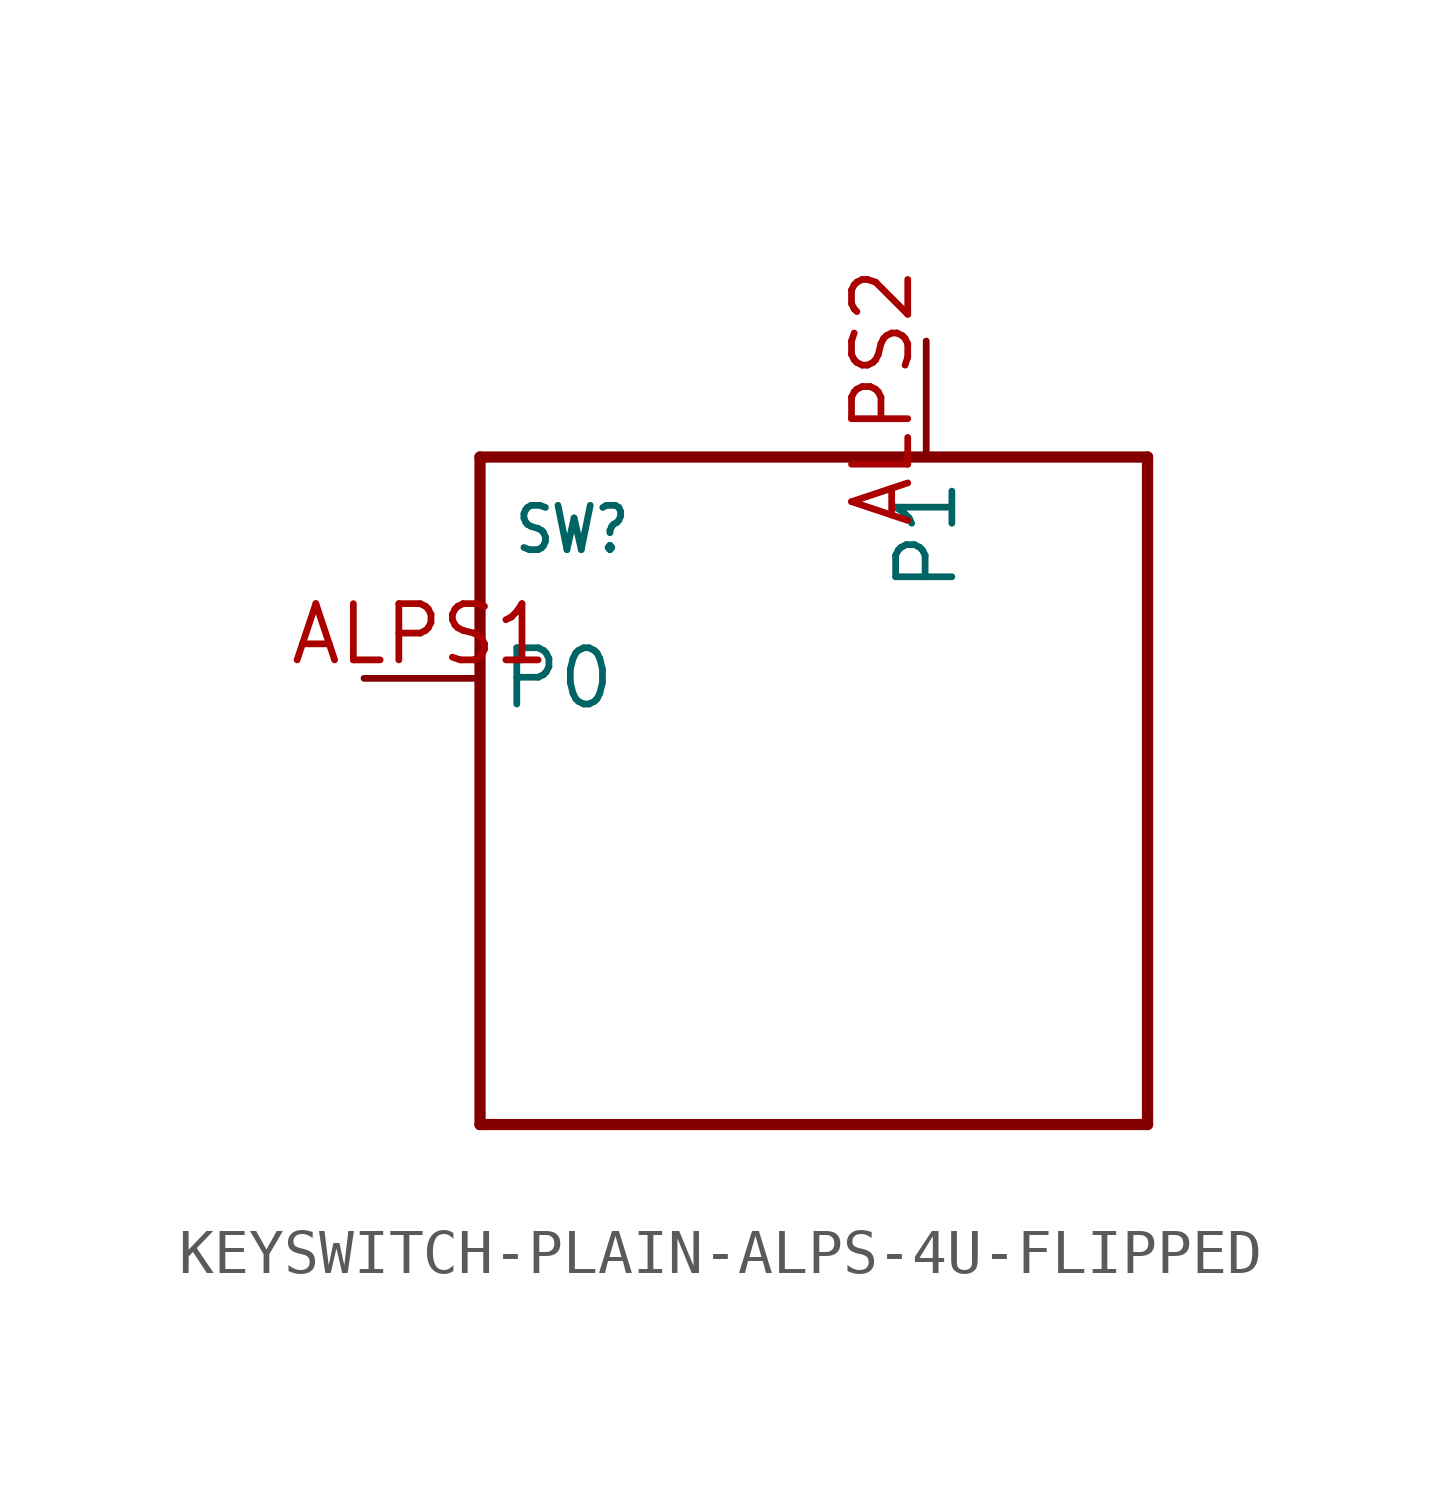
<source format=kicad_sym>
(kicad_symbol_lib
  (version 20211014)
  (generator kicad_symbol_editor)
  (symbol "KEYSWITCH-PLAIN-ALPS-4U-FLIPPED"
    (property "Reference" "SW"
      (at -6.81 5.318 0)
      (effects (font (size 1 0.85)) (justify left bottom)))
    (property "ki_locked" ""
      (at 0 0 0)
      (effects (font (size 1.27 1.27))))
    (symbol "KEYSWITCH-PLAIN-ALPS-4U-FLIPPED_1_0"
      (polyline (pts (xy -7.54 -7.54) (xy -7.54 7.54)) (stroke (width 0.254) (type default) (color 0 0 0 0)) (fill (type none)))
      (polyline (pts (xy -7.54 7.54) (xy 7.54 7.54)) (stroke (width 0.254) (type default) (color 0 0 0 0)) (fill (type none)))
      (polyline (pts (xy 7.54 -7.54) (xy -7.54 -7.54)) (stroke (width 0.254) (type default) (color 0 0 0 0)) (fill (type none)))
      (polyline (pts (xy 7.54 7.54) (xy 7.54 -7.54)) (stroke (width 0.254) (type default) (color 0 0 0 0)) (fill (type none)))
      (pin bidirectional line (at -10.16 2.54 0) (length 2.54) (name "P0" (effects (font (size 1.27 1.27)))) (number "ALPS1" (effects (font (size 1.27 1.27)))))
      (pin bidirectional line (at 2.54 10.16 270) (length 2.54) (name "P1" (effects (font (size 1.27 1.27)))) (number "ALPS2" (effects (font (size 1.27 1.27))))))))
</source>
